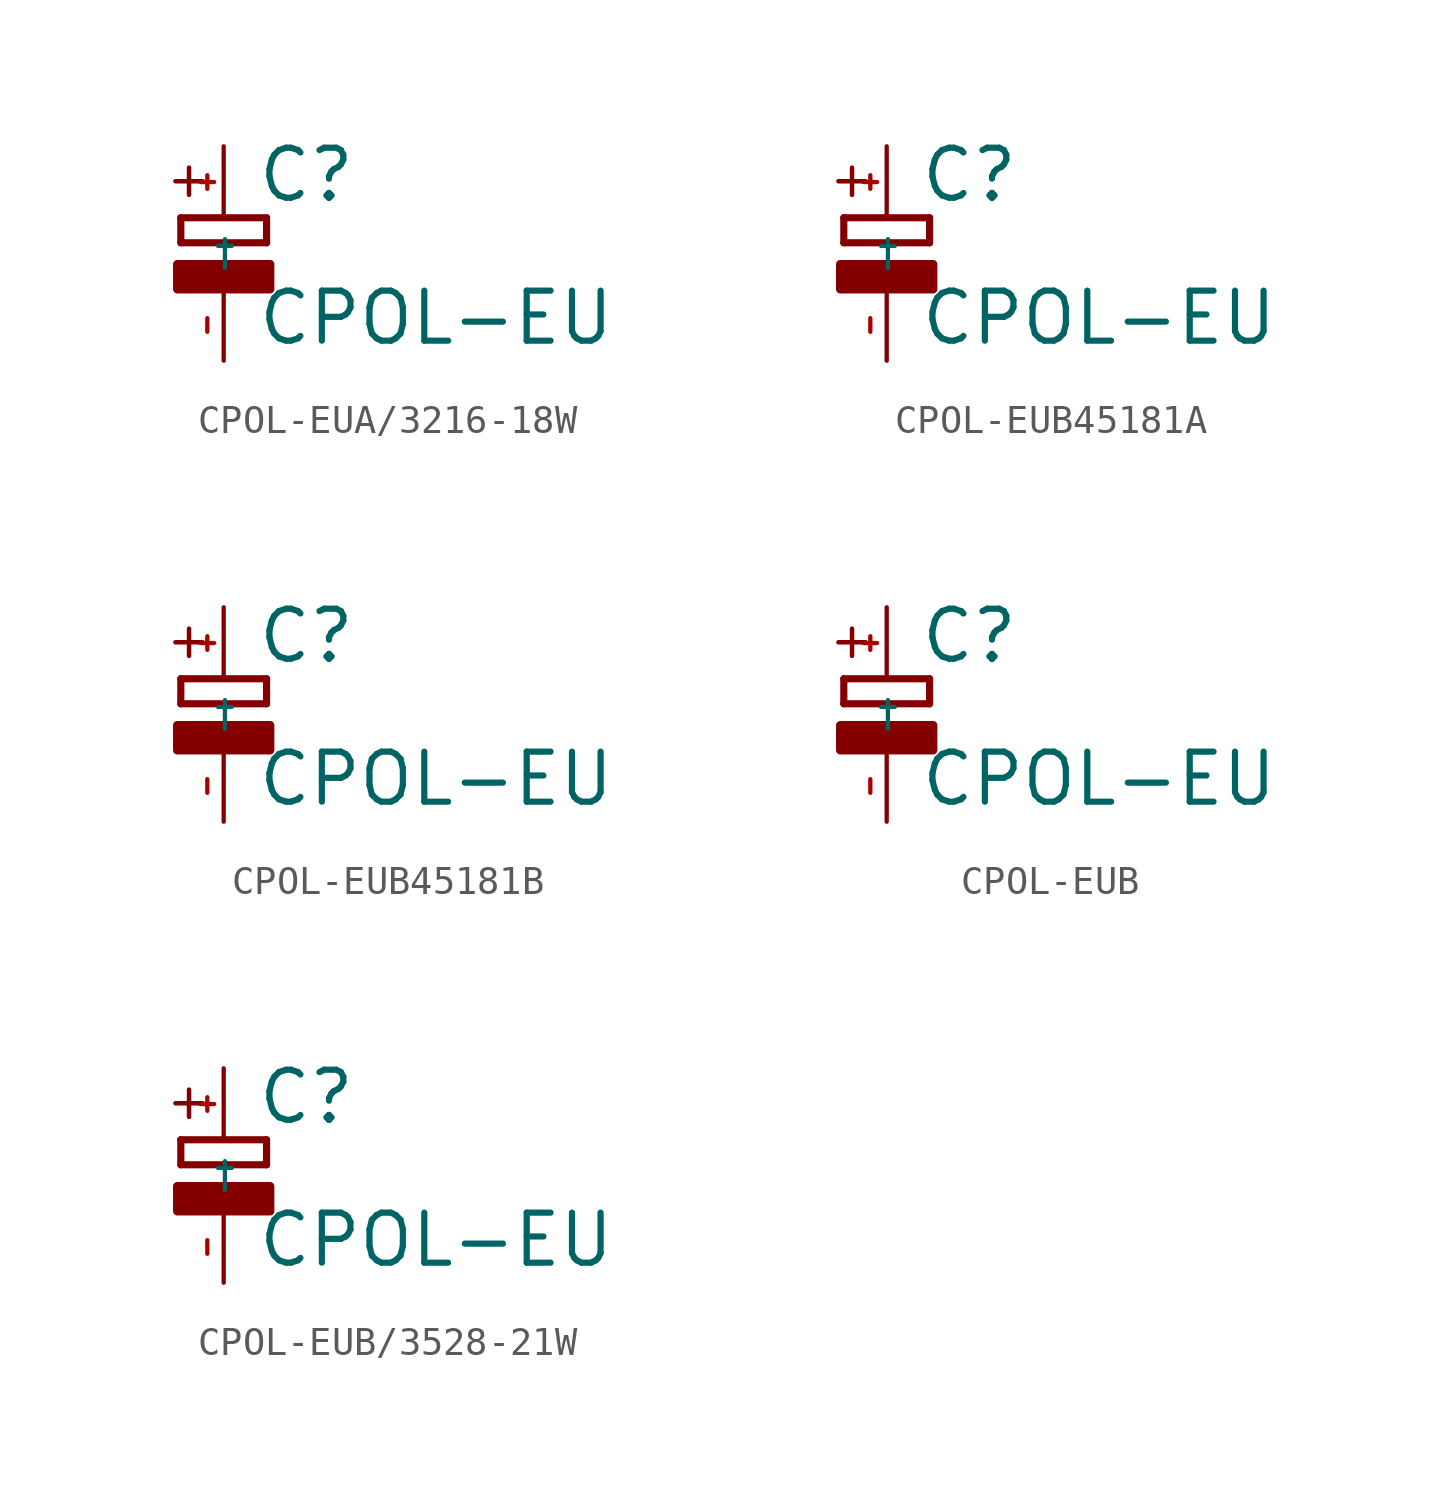
<source format=kicad_sym>
(kicad_symbol_lib
  (version 20220914)
  (generator Eagle2Kicad)
  (symbol "CPOL-EUA/3216-18W"
    (property "Reference" "C"
      (at 1.143 0.483 0)
      (effects (font (size 1.778 1.778) (thickness 0.22)) (justify left bottom)))
    (property "Value" "CPOL-EU"
      (at 1.143 -4.597 0)
      (effects (font (size 1.778 1.778) (thickness 0.22)) (justify left bottom)))
    (polyline
      (pts (xy -1.524 -0.889) (xy 1.524 -0.889))
      (stroke (width 0.254) (type default))
      (fill (type none)))
    (polyline
      (pts (xy 1.524 -0.889) (xy 1.524 0))
      (stroke (width 0.254) (type default))
      (fill (type none)))
    (polyline
      (pts (xy -1.524 0) (xy -1.524 -0.889))
      (stroke (width 0.254) (type default))
      (fill (type none)))
    (polyline
      (pts (xy -1.524 0) (xy 1.524 0))
      (stroke (width 0.254) (type default))
      (fill (type none)))
    (text "+"
      (at -0.584 0.406 900)
      (effects (font (size 1.27 1.27) (thickness 0.16)) (justify left bottom)))
    (rectangle
      (start -1.651 -2.54)
      (end 1.651 -1.651)
      (stroke (width 0.3) (type default))
      (fill (type outline)))
    (pin passive line
      (at 0 -5.08 90)
      (length 2.54)
      (name "-" (effects (font (size 0.635 0.635) (thickness 0.08)) (justify left bottom)))
      (number "-" (effects (font (size 0.635 0.635) (thickness 0.08)) (justify left bottom))))
    (pin passive line
      (at 0 2.54 270)
      (length 2.54)
      (name "+" (effects (font (size 0.635 0.635) (thickness 0.08)) (justify left bottom)))
      (number "+" (effects (font (size 0.635 0.635) (thickness 0.08)) (justify left bottom)))))
  (symbol "CPOL-EUB45181A"
    (property "Reference" "C"
      (at 1.143 0.483 0)
      (effects (font (size 1.778 1.778) (thickness 0.22)) (justify left bottom)))
    (property "Value" "CPOL-EU"
      (at 1.143 -4.597 0)
      (effects (font (size 1.778 1.778) (thickness 0.22)) (justify left bottom)))
    (polyline
      (pts (xy -1.524 -0.889) (xy 1.524 -0.889))
      (stroke (width 0.254) (type default))
      (fill (type none)))
    (polyline
      (pts (xy 1.524 -0.889) (xy 1.524 0))
      (stroke (width 0.254) (type default))
      (fill (type none)))
    (polyline
      (pts (xy -1.524 0) (xy -1.524 -0.889))
      (stroke (width 0.254) (type default))
      (fill (type none)))
    (polyline
      (pts (xy -1.524 0) (xy 1.524 0))
      (stroke (width 0.254) (type default))
      (fill (type none)))
    (text "+"
      (at -0.584 0.406 900)
      (effects (font (size 1.27 1.27) (thickness 0.16)) (justify left bottom)))
    (rectangle
      (start -1.651 -2.54)
      (end 1.651 -1.651)
      (stroke (width 0.3) (type default))
      (fill (type outline)))
    (pin passive line
      (at 0 -5.08 90)
      (length 2.54)
      (name "-" (effects (font (size 0.635 0.635) (thickness 0.08)) (justify left bottom)))
      (number "-" (effects (font (size 0.635 0.635) (thickness 0.08)) (justify left bottom))))
    (pin passive line
      (at 0 2.54 270)
      (length 2.54)
      (name "+" (effects (font (size 0.635 0.635) (thickness 0.08)) (justify left bottom)))
      (number "+" (effects (font (size 0.635 0.635) (thickness 0.08)) (justify left bottom)))))
  (symbol "CPOL-EUB45181B"
    (property "Reference" "C"
      (at 1.143 0.483 0)
      (effects (font (size 1.778 1.778) (thickness 0.22)) (justify left bottom)))
    (property "Value" "CPOL-EU"
      (at 1.143 -4.597 0)
      (effects (font (size 1.778 1.778) (thickness 0.22)) (justify left bottom)))
    (polyline
      (pts (xy -1.524 -0.889) (xy 1.524 -0.889))
      (stroke (width 0.254) (type default))
      (fill (type none)))
    (polyline
      (pts (xy 1.524 -0.889) (xy 1.524 0))
      (stroke (width 0.254) (type default))
      (fill (type none)))
    (polyline
      (pts (xy -1.524 0) (xy -1.524 -0.889))
      (stroke (width 0.254) (type default))
      (fill (type none)))
    (polyline
      (pts (xy -1.524 0) (xy 1.524 0))
      (stroke (width 0.254) (type default))
      (fill (type none)))
    (text "+"
      (at -0.584 0.406 900)
      (effects (font (size 1.27 1.27) (thickness 0.16)) (justify left bottom)))
    (rectangle
      (start -1.651 -2.54)
      (end 1.651 -1.651)
      (stroke (width 0.3) (type default))
      (fill (type outline)))
    (pin passive line
      (at 0 -5.08 90)
      (length 2.54)
      (name "-" (effects (font (size 0.635 0.635) (thickness 0.08)) (justify left bottom)))
      (number "-" (effects (font (size 0.635 0.635) (thickness 0.08)) (justify left bottom))))
    (pin passive line
      (at 0 2.54 270)
      (length 2.54)
      (name "+" (effects (font (size 0.635 0.635) (thickness 0.08)) (justify left bottom)))
      (number "+" (effects (font (size 0.635 0.635) (thickness 0.08)) (justify left bottom)))))
  (symbol "CPOL-EUB"
    (property "Reference" "C"
      (at 1.143 0.483 0)
      (effects (font (size 1.778 1.778) (thickness 0.22)) (justify left bottom)))
    (property "Value" "CPOL-EU"
      (at 1.143 -4.597 0)
      (effects (font (size 1.778 1.778) (thickness 0.22)) (justify left bottom)))
    (polyline
      (pts (xy -1.524 -0.889) (xy 1.524 -0.889))
      (stroke (width 0.254) (type default))
      (fill (type none)))
    (polyline
      (pts (xy 1.524 -0.889) (xy 1.524 0))
      (stroke (width 0.254) (type default))
      (fill (type none)))
    (polyline
      (pts (xy -1.524 0) (xy -1.524 -0.889))
      (stroke (width 0.254) (type default))
      (fill (type none)))
    (polyline
      (pts (xy -1.524 0) (xy 1.524 0))
      (stroke (width 0.254) (type default))
      (fill (type none)))
    (text "+"
      (at -0.584 0.406 900)
      (effects (font (size 1.27 1.27) (thickness 0.16)) (justify left bottom)))
    (rectangle
      (start -1.651 -2.54)
      (end 1.651 -1.651)
      (stroke (width 0.3) (type default))
      (fill (type outline)))
    (pin passive line
      (at 0 -5.08 90)
      (length 2.54)
      (name "-" (effects (font (size 0.635 0.635) (thickness 0.08)) (justify left bottom)))
      (number "-" (effects (font (size 0.635 0.635) (thickness 0.08)) (justify left bottom))))
    (pin passive line
      (at 0 2.54 270)
      (length 2.54)
      (name "+" (effects (font (size 0.635 0.635) (thickness 0.08)) (justify left bottom)))
      (number "+" (effects (font (size 0.635 0.635) (thickness 0.08)) (justify left bottom)))))
  (symbol "CPOL-EUB/3528-21W"
    (property "Reference" "C"
      (at 1.143 0.483 0)
      (effects (font (size 1.778 1.778) (thickness 0.22)) (justify left bottom)))
    (property "Value" "CPOL-EU"
      (at 1.143 -4.597 0)
      (effects (font (size 1.778 1.778) (thickness 0.22)) (justify left bottom)))
    (polyline
      (pts (xy -1.524 -0.889) (xy 1.524 -0.889))
      (stroke (width 0.254) (type default))
      (fill (type none)))
    (polyline
      (pts (xy 1.524 -0.889) (xy 1.524 0))
      (stroke (width 0.254) (type default))
      (fill (type none)))
    (polyline
      (pts (xy -1.524 0) (xy -1.524 -0.889))
      (stroke (width 0.254) (type default))
      (fill (type none)))
    (polyline
      (pts (xy -1.524 0) (xy 1.524 0))
      (stroke (width 0.254) (type default))
      (fill (type none)))
    (text "+"
      (at -0.584 0.406 900)
      (effects (font (size 1.27 1.27) (thickness 0.16)) (justify left bottom)))
    (rectangle
      (start -1.651 -2.54)
      (end 1.651 -1.651)
      (stroke (width 0.3) (type default))
      (fill (type outline)))
    (pin passive line
      (at 0 -5.08 90)
      (length 2.54)
      (name "-" (effects (font (size 0.635 0.635) (thickness 0.08)) (justify left bottom)))
      (number "-" (effects (font (size 0.635 0.635) (thickness 0.08)) (justify left bottom))))
    (pin passive line
      (at 0 2.54 270)
      (length 2.54)
      (name "+" (effects (font (size 0.635 0.635) (thickness 0.08)) (justify left bottom)))
      (number "+" (effects (font (size 0.635 0.635) (thickness 0.08)) (justify left bottom))))))
</source>
